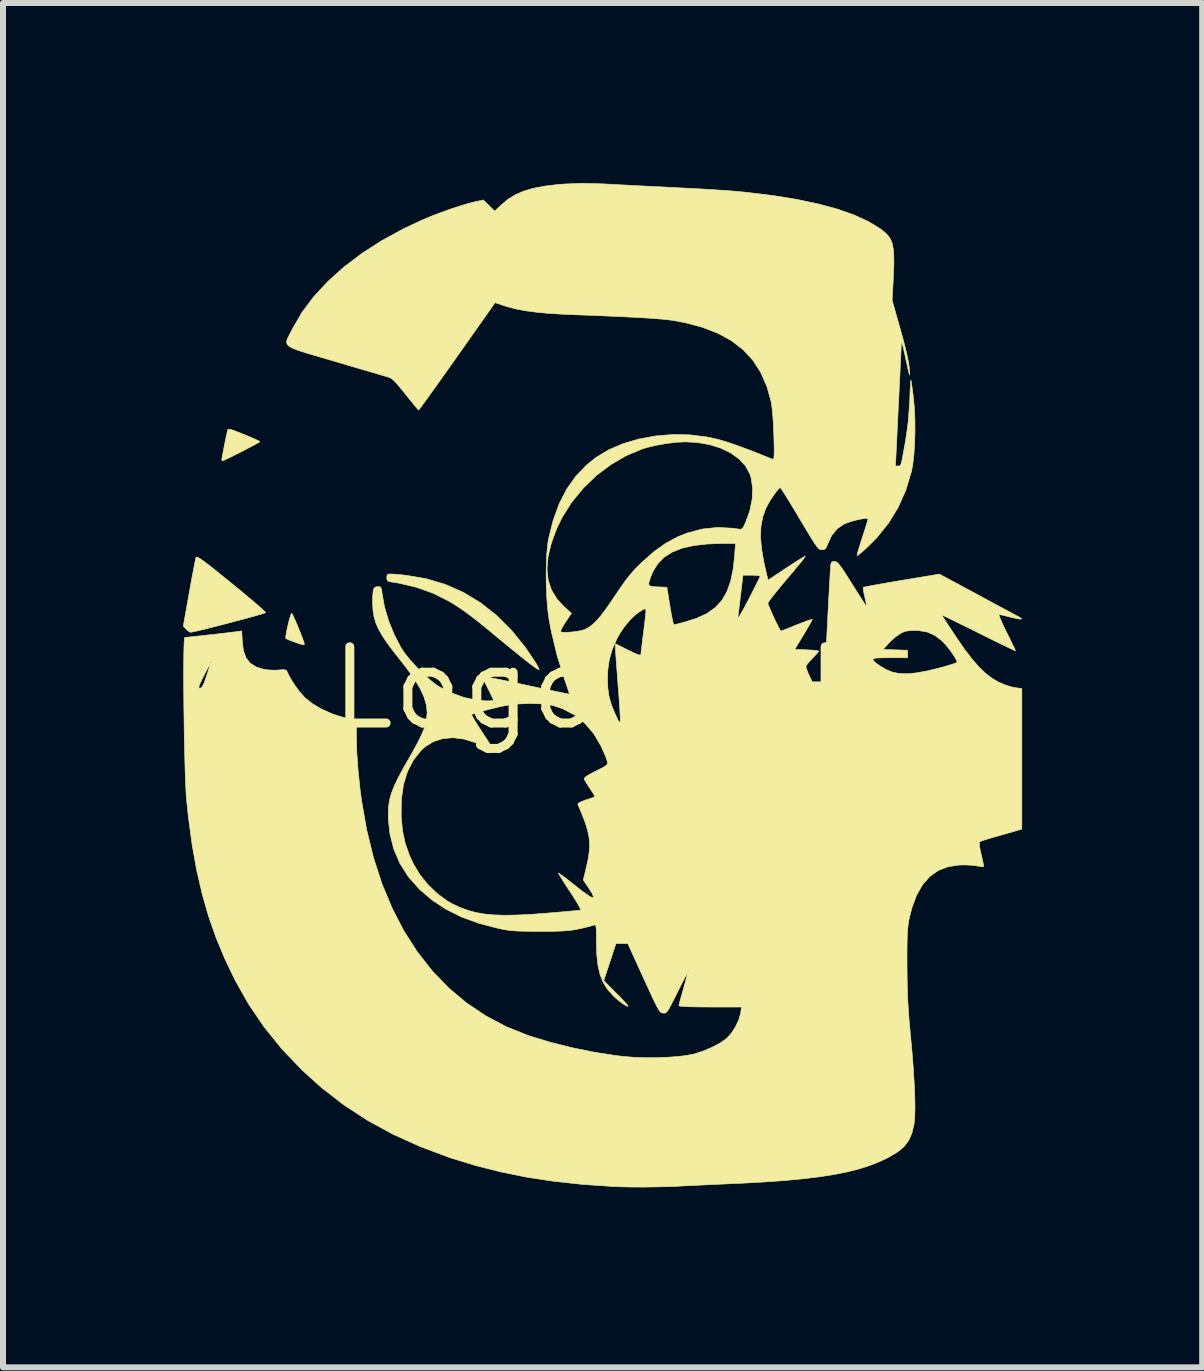
<source format=kicad_pcb>
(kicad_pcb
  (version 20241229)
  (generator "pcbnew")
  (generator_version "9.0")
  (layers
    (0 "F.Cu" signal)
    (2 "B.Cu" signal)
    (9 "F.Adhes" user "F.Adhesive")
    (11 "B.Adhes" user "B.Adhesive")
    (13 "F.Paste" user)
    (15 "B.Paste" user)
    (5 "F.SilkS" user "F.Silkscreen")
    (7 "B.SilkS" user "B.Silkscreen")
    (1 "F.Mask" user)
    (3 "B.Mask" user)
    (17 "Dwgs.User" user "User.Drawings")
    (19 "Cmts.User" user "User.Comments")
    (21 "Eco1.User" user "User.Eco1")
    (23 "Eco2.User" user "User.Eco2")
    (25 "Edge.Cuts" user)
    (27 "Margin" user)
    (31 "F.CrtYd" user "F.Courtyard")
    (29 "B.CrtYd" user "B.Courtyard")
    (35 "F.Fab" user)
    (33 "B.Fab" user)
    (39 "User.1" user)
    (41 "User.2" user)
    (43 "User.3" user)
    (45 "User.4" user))
  (footprint "Logo_Silk"
    (layer "F.Cu")
    (at 6.953 8.42)
    (property "Reference" "Logo_Silk" (at 0 0 0) (layer "F.SilkS") (effects (font (size 1.27 1.27) (thickness 0.15))))
    (attr through_hole)
    (fp_poly (pts (xy -5.129 -1.231) (xy -5.106 -1.182) (xy -5.074 -1.111) (xy -5.039 -1.028) (xy -5.004 -0.942) (xy -4.972 -0.86) (xy -4.947 -0.794) (xy -4.933 -0.75) (xy -4.932 -0.741) (xy -4.934 -0.727) (xy -4.947 -0.723) (xy -4.978 -0.73) (xy -5.035 -0.748) (xy -5.094 -0.769) (xy -5.164 -0.795) (xy -5.216 -0.817) (xy -5.24 -0.83) (xy -5.241 -0.855) (xy -5.233 -0.909) (xy -5.219 -0.981) (xy -5.201 -1.062) (xy -5.182 -1.139) (xy -5.163 -1.202) (xy -5.148 -1.242) (xy -5.142 -1.249) (xy -5.129 -1.231)) (stroke (width 0.01) (type solid)) (fill yes) (layer "F.SilkS"))
    (fp_poly (pts (xy -6.171 -4.316) (xy -6.129 -4.304) (xy -6.062 -4.279) (xy -5.963 -4.239) (xy -5.937 -4.229) (xy -5.84 -4.189) (xy -5.759 -4.154) (xy -5.701 -4.127) (xy -5.674 -4.111) (xy -5.673 -4.109) (xy -5.69 -4.096) (xy -5.738 -4.069) (xy -5.809 -4.031) (xy -5.895 -3.986) (xy -5.988 -3.938) (xy -6.081 -3.891) (xy -6.166 -3.848) (xy -6.236 -3.815) (xy -6.282 -3.794) (xy -6.297 -3.789) (xy -6.308 -3.805) (xy -6.308 -3.808) (xy -6.304 -3.834) (xy -6.293 -3.892) (xy -6.278 -3.97) (xy -6.261 -4.059) (xy -6.243 -4.148) (xy -6.226 -4.227) (xy -6.214 -4.285) (xy -6.213 -4.29) (xy -6.207 -4.308) (xy -6.195 -4.317) (xy -6.171 -4.316)) (stroke (width 0.01) (type solid)) (fill yes) (layer "F.SilkS"))
    (fp_poly (pts (xy -6.702 -2.179) (xy -6.663 -2.156) (xy -6.605 -2.115) (xy -6.526 -2.055) (xy -6.423 -1.974) (xy -6.293 -1.869) (xy -6.145 -1.749) (xy -6.011 -1.64) (xy -5.889 -1.538) (xy -5.781 -1.448) (xy -5.693 -1.371) (xy -5.626 -1.312) (xy -5.586 -1.274) (xy -5.575 -1.26) (xy -5.596 -1.252) (xy -5.651 -1.234) (xy -5.735 -1.21) (xy -5.843 -1.18) (xy -5.967 -1.147) (xy -6.101 -1.111) (xy -6.24 -1.074) (xy -6.377 -1.039) (xy -6.507 -1.006) (xy -6.623 -0.977) (xy -6.718 -0.954) (xy -6.788 -0.939) (xy -6.826 -0.932) (xy -6.828 -0.932) (xy -6.857 -0.946) (xy -6.896 -0.98) (xy -6.9 -0.983) (xy -6.948 -1.035) (xy -6.849 -1.592) (xy -6.822 -1.742) (xy -6.797 -1.879) (xy -6.774 -1.997) (xy -6.756 -2.092) (xy -6.742 -2.156) (xy -6.735 -2.183) (xy -6.725 -2.188) (xy -6.702 -2.179)) (stroke (width 0.01) (type solid)) (fill yes) (layer "F.SilkS"))
    (fp_poly (pts (xy -3.427 -1.901) (xy -3.332 -1.892) (xy -3.234 -1.882) (xy -2.899 -1.825) (xy -2.58 -1.73) (xy -2.278 -1.596) (xy -1.993 -1.423) (xy -1.726 -1.213) (xy -1.477 -0.964) (xy -1.246 -0.679) (xy -1.078 -0.428) (xy -1.044 -0.369) (xy -1.022 -0.325) (xy -1.019 -0.308) (xy -1.038 -0.316) (xy -1.084 -0.345) (xy -1.146 -0.39) (xy -1.189 -0.422) (xy -1.254 -0.473) (xy -1.344 -0.545) (xy -1.451 -0.632) (xy -1.568 -0.728) (xy -1.688 -0.827) (xy -1.728 -0.86) (xy -1.892 -0.996) (xy -2.031 -1.108) (xy -2.15 -1.2) (xy -2.254 -1.278) (xy -2.351 -1.344) (xy -2.445 -1.405) (xy -2.533 -1.457) (xy -2.79 -1.585) (xy -3.071 -1.684) (xy -3.364 -1.753) (xy -3.455 -1.767) (xy -3.516 -1.777) (xy -3.546 -1.792) (xy -3.555 -1.82) (xy -3.556 -1.843) (xy -3.555 -1.871) (xy -3.548 -1.89) (xy -3.528 -1.901) (xy -3.49 -1.904) (xy -3.427 -1.901)) (stroke (width 0.01) (type solid)) (fill yes) (layer "F.SilkS"))
    (fp_poly (pts (xy 0.03 -8.406) (xy 0.064 -8.405) (xy 0.207 -8.397) (xy 0.379 -8.388) (xy 0.562 -8.378) (xy 0.744 -8.369) (xy 0.889 -8.362) (xy 1.178 -8.347) (xy 1.428 -8.334) (xy 1.645 -8.323) (xy 1.832 -8.312) (xy 1.994 -8.301) (xy 2.134 -8.292) (xy 2.257 -8.282) (xy 2.366 -8.272) (xy 2.443 -8.264) (xy 2.882 -8.211) (xy 3.281 -8.146) (xy 3.64 -8.07) (xy 3.958 -7.984) (xy 4.235 -7.886) (xy 4.471 -7.777) (xy 4.667 -7.658) (xy 4.691 -7.64) (xy 4.754 -7.589) (xy 4.804 -7.536) (xy 4.842 -7.477) (xy 4.868 -7.407) (xy 4.885 -7.319) (xy 4.893 -7.208) (xy 4.894 -7.07) (xy 4.888 -6.898) (xy 4.882 -6.773) (xy 4.865 -6.466) (xy 4.943 -6.191) (xy 5.002 -5.982) (xy 5.05 -5.809) (xy 5.087 -5.666) (xy 5.114 -5.55) (xy 5.134 -5.454) (xy 5.147 -5.375) (xy 5.154 -5.307) (xy 5.155 -5.304) (xy 5.158 -5.25) (xy 5.158 -5.224) (xy 5.153 -5.228) (xy 5.143 -5.265) (xy 5.126 -5.338) (xy 5.102 -5.449) (xy 5.101 -5.45) (xy 5.073 -5.581) (xy 5.052 -5.674) (xy 5.037 -5.733) (xy 5.028 -5.761) (xy 5.022 -5.763) (xy 5.019 -5.742) (xy 5.017 -5.704) (xy 5.015 -5.666) (xy 5.012 -5.59) (xy 5.007 -5.481) (xy 5 -5.344) (xy 4.993 -5.184) (xy 4.984 -5.005) (xy 4.975 -4.812) (xy 4.967 -4.662) (xy 4.921 -3.704) (xy 4.966 -3.704) (xy 4.982 -3.704) (xy 4.995 -3.708) (xy 5.006 -3.72) (xy 5.016 -3.745) (xy 5.027 -3.79) (xy 5.041 -3.859) (xy 5.059 -3.957) (xy 5.083 -4.09) (xy 5.093 -4.149) (xy 5.134 -4.445) (xy 5.157 -4.759) (xy 5.159 -4.8) (xy 5.163 -4.915) (xy 5.168 -5.012) (xy 5.172 -5.086) (xy 5.176 -5.129) (xy 5.178 -5.137) (xy 5.183 -5.115) (xy 5.191 -5.059) (xy 5.203 -4.976) (xy 5.216 -4.875) (xy 5.219 -4.846) (xy 5.236 -4.669) (xy 5.245 -4.475) (xy 5.246 -4.273) (xy 5.24 -4.075) (xy 5.228 -3.889) (xy 5.209 -3.727) (xy 5.189 -3.619) (xy 5.096 -3.307) (xy 4.968 -3.017) (xy 4.804 -2.749) (xy 4.603 -2.501) (xy 4.467 -2.365) (xy 4.397 -2.3) (xy 4.338 -2.249) (xy 4.297 -2.218) (xy 4.281 -2.21) (xy 4.284 -2.232) (xy 4.299 -2.288) (xy 4.323 -2.368) (xy 4.354 -2.468) (xy 4.371 -2.519) (xy 4.405 -2.624) (xy 4.433 -2.714) (xy 4.453 -2.782) (xy 4.462 -2.821) (xy 4.462 -2.827) (xy 4.433 -2.831) (xy 4.375 -2.824) (xy 4.299 -2.81) (xy 4.216 -2.789) (xy 4.137 -2.765) (xy 4.073 -2.74) (xy 4.068 -2.738) (xy 3.951 -2.659) (xy 3.858 -2.546) (xy 3.794 -2.409) (xy 3.77 -2.348) (xy 3.746 -2.318) (xy 3.714 -2.308) (xy 3.694 -2.308) (xy 3.674 -2.31) (xy 3.655 -2.317) (xy 3.634 -2.335) (xy 3.607 -2.366) (xy 3.573 -2.415) (xy 3.528 -2.486) (xy 3.469 -2.582) (xy 3.393 -2.708) (xy 3.323 -2.826) (xy 3.244 -2.959) (xy 3.171 -3.08) (xy 3.107 -3.183) (xy 3.056 -3.264) (xy 3.02 -3.319) (xy 3.002 -3.343) (xy 3.001 -3.344) (xy 2.978 -3.327) (xy 2.939 -3.283) (xy 2.893 -3.219) (xy 2.843 -3.145) (xy 2.798 -3.069) (xy 2.762 -3) (xy 2.76 -2.997) (xy 2.708 -2.852) (xy 2.679 -2.695) (xy 2.672 -2.52) (xy 2.689 -2.322) (xy 2.729 -2.095) (xy 2.751 -1.996) (xy 2.797 -1.801) (xy 3.103 -2.005) (xy 3.202 -2.07) (xy 3.29 -2.126) (xy 3.359 -2.168) (xy 3.403 -2.193) (xy 3.418 -2.199) (xy 3.407 -2.181) (xy 3.373 -2.135) (xy 3.318 -2.067) (xy 3.247 -1.981) (xy 3.163 -1.881) (xy 3.111 -1.82) (xy 3.02 -1.712) (xy 2.94 -1.614) (xy 2.873 -1.531) (xy 2.825 -1.466) (xy 2.798 -1.426) (xy 2.794 -1.416) (xy 2.802 -1.388) (xy 2.825 -1.333) (xy 2.857 -1.26) (xy 2.894 -1.179) (xy 2.932 -1.099) (xy 2.967 -1.028) (xy 2.995 -0.976) (xy 3.011 -0.953) (xy 3.012 -0.953) (xy 3.033 -0.96) (xy 3.086 -0.98) (xy 3.163 -1.011) (xy 3.257 -1.049) (xy 3.277 -1.057) (xy 3.372 -1.094) (xy 3.452 -1.124) (xy 3.508 -1.142) (xy 3.534 -1.148) (xy 3.535 -1.147) (xy 3.524 -1.124) (xy 3.496 -1.073) (xy 3.454 -0.999) (xy 3.402 -0.911) (xy 3.388 -0.889) (xy 3.242 -0.646) (xy 3.441 -0.64) (xy 3.527 -0.635) (xy 3.595 -0.629) (xy 3.634 -0.622) (xy 3.641 -0.618) (xy 3.627 -0.596) (xy 3.59 -0.554) (xy 3.538 -0.5) (xy 3.535 -0.497) (xy 3.482 -0.441) (xy 3.444 -0.392) (xy 3.429 -0.361) (xy 3.429 -0.361) (xy 3.438 -0.324) (xy 3.46 -0.265) (xy 3.481 -0.217) (xy 3.533 -0.106) (xy 3.64 -0.106) (xy 3.703 -0.107) (xy 3.734 -0.115) (xy 3.745 -0.138) (xy 3.746 -0.175) (xy 3.747 -0.219) (xy 3.75 -0.298) (xy 3.755 -0.407) (xy 3.758 -0.477) (xy 4.544 -0.477) (xy 4.561 -0.45) (xy 4.608 -0.411) (xy 4.668 -0.369) (xy 4.769 -0.309) (xy 4.873 -0.267) (xy 4.987 -0.245) (xy 5.115 -0.241) (xy 5.265 -0.255) (xy 5.442 -0.287) (xy 5.627 -0.331) (xy 5.737 -0.36) (xy 5.83 -0.388) (xy 5.901 -0.411) (xy 5.941 -0.429) (xy 5.948 -0.436) (xy 5.935 -0.473) (xy 5.901 -0.532) (xy 5.852 -0.604) (xy 5.796 -0.678) (xy 5.74 -0.745) (xy 5.695 -0.791) (xy 5.575 -0.882) (xy 5.452 -0.936) (xy 5.314 -0.96) (xy 5.249 -0.963) (xy 5.159 -0.96) (xy 5.093 -0.951) (xy 5.037 -0.93) (xy 4.992 -0.905) (xy 4.922 -0.855) (xy 4.847 -0.79) (xy 4.805 -0.746) (xy 4.716 -0.646) (xy 5.122 -0.633) (xy 5.122 -0.508) (xy 4.827 -0.508) (xy 4.699 -0.507) (xy 4.61 -0.503) (xy 4.56 -0.494) (xy 4.544 -0.477) (xy 3.758 -0.477) (xy 3.761 -0.54) (xy 3.768 -0.692) (xy 3.776 -0.857) (xy 3.785 -1.03) (xy 3.794 -1.206) (xy 3.803 -1.38) (xy 3.812 -1.545) (xy 3.82 -1.697) (xy 3.828 -1.83) (xy 3.834 -1.939) (xy 3.84 -2.019) (xy 3.843 -2.064) (xy 3.844 -2.07) (xy 3.861 -2.106) (xy 3.899 -2.114) (xy 3.911 -2.113) (xy 3.933 -2.106) (xy 3.958 -2.088) (xy 3.989 -2.054) (xy 4.029 -1.999) (xy 4.082 -1.92) (xy 4.151 -1.812) (xy 4.201 -1.732) (xy 4.271 -1.621) (xy 4.333 -1.523) (xy 4.384 -1.445) (xy 4.42 -1.39) (xy 4.439 -1.365) (xy 4.44 -1.364) (xy 4.438 -1.386) (xy 4.428 -1.438) (xy 4.412 -1.51) (xy 4.41 -1.52) (xy 4.393 -1.595) (xy 4.384 -1.652) (xy 4.383 -1.68) (xy 4.384 -1.681) (xy 4.406 -1.687) (xy 4.465 -1.699) (xy 4.556 -1.716) (xy 4.673 -1.737) (xy 4.81 -1.761) (xy 4.964 -1.787) (xy 5.023 -1.797) (xy 5.653 -1.902) (xy 6.293 -1.558) (xy 6.445 -1.475) (xy 6.588 -1.398) (xy 6.716 -1.33) (xy 6.824 -1.272) (xy 6.908 -1.226) (xy 6.962 -1.197) (xy 6.982 -1.187) (xy 7.019 -1.163) (xy 7.017 -1.152) (xy 6.977 -1.154) (xy 6.901 -1.17) (xy 6.841 -1.184) (xy 6.76 -1.204) (xy 6.693 -1.22) (xy 6.653 -1.227) (xy 6.648 -1.228) (xy 6.649 -1.21) (xy 6.667 -1.161) (xy 6.699 -1.087) (xy 6.742 -0.995) (xy 6.773 -0.932) (xy 6.824 -0.83) (xy 6.867 -0.741) (xy 6.9 -0.674) (xy 6.918 -0.633) (xy 6.921 -0.625) (xy 6.903 -0.631) (xy 6.852 -0.654) (xy 6.771 -0.693) (xy 6.666 -0.743) (xy 6.541 -0.805) (xy 6.401 -0.874) (xy 6.308 -0.921) (xy 6.16 -0.995) (xy 6.024 -1.061) (xy 5.907 -1.119) (xy 5.81 -1.166) (xy 5.74 -1.199) (xy 5.701 -1.217) (xy 5.694 -1.219) (xy 5.705 -1.199) (xy 5.736 -1.15) (xy 5.784 -1.076) (xy 5.845 -0.984) (xy 5.915 -0.878) (xy 5.931 -0.854) (xy 6.07 -0.652) (xy 6.198 -0.485) (xy 6.316 -0.35) (xy 6.43 -0.242) (xy 6.542 -0.158) (xy 6.641 -0.101) (xy 6.74 -0.058) (xy 6.84 -0.025) (xy 6.911 -0.01) (xy 7.027 0.005) (xy 7.027 2.348) (xy 6.884 2.39) (xy 6.797 2.415) (xy 6.688 2.446) (xy 6.576 2.478) (xy 6.54 2.488) (xy 6.453 2.514) (xy 6.38 2.537) (xy 6.333 2.555) (xy 6.321 2.562) (xy 6.317 2.589) (xy 6.324 2.649) (xy 6.34 2.73) (xy 6.35 2.772) (xy 6.37 2.857) (xy 6.384 2.924) (xy 6.39 2.965) (xy 6.39 2.973) (xy 6.366 2.974) (xy 6.314 2.967) (xy 6.265 2.959) (xy 6.184 2.95) (xy 6.083 2.945) (xy 5.983 2.947) (xy 5.98 2.947) (xy 5.796 2.975) (xy 5.634 3.038) (xy 5.493 3.137) (xy 5.374 3.273) (xy 5.275 3.445) (xy 5.197 3.654) (xy 5.158 3.802) (xy 5.144 3.869) (xy 5.134 3.931) (xy 5.126 3.997) (xy 5.12 4.072) (xy 5.116 4.162) (xy 5.114 4.276) (xy 5.113 4.418) (xy 5.113 4.596) (xy 5.113 4.604) (xy 5.115 4.827) (xy 5.119 5.022) (xy 5.126 5.203) (xy 5.137 5.384) (xy 5.152 5.579) (xy 5.171 5.779) (xy 5.198 6.076) (xy 5.219 6.349) (xy 5.234 6.595) (xy 5.243 6.812) (xy 5.246 6.996) (xy 5.242 7.144) (xy 5.232 7.254) (xy 5.23 7.268) (xy 5.194 7.418) (xy 5.14 7.54) (xy 5.061 7.642) (xy 4.952 7.732) (xy 4.806 7.818) (xy 4.806 7.819) (xy 4.655 7.89) (xy 4.493 7.954) (xy 4.316 8.011) (xy 4.119 8.061) (xy 3.902 8.104) (xy 3.659 8.142) (xy 3.388 8.175) (xy 3.086 8.204) (xy 2.749 8.228) (xy 2.374 8.249) (xy 2.212 8.256) (xy 2.04 8.264) (xy 1.857 8.272) (xy 1.673 8.281) (xy 1.503 8.289) (xy 1.359 8.296) (xy 1.333 8.298) (xy 1.141 8.306) (xy 0.932 8.311) (xy 0.719 8.314) (xy 0.514 8.313) (xy 0.329 8.309) (xy 0.212 8.304) (xy -0.298 8.269) (xy -0.774 8.217) (xy -1.224 8.149) (xy -1.654 8.062) (xy -2.071 7.957) (xy -2.483 7.831) (xy -2.51 7.822) (xy -2.997 7.64) (xy -3.451 7.435) (xy -3.875 7.204) (xy -4.272 6.945) (xy -4.645 6.656) (xy -4.972 6.361) (xy -5.306 6.011) (xy -5.602 5.644) (xy -5.865 5.257) (xy -6.089 4.858) (xy -6.256 4.509) (xy -6.402 4.158) (xy -6.528 3.798) (xy -6.635 3.424) (xy -6.726 3.029) (xy -6.801 2.609) (xy -6.862 2.156) (xy -6.892 1.873) (xy -6.899 1.785) (xy -6.906 1.666) (xy -6.912 1.521) (xy -6.918 1.355) (xy -6.923 1.172) (xy -6.928 0.976) (xy -6.932 0.771) (xy -6.935 0.561) (xy -6.938 0.351) (xy -6.94 0.145) (xy -6.941 -0.019) (xy -6.689 -0.019) (xy -6.685 -0.003) (xy -6.669 0) (xy -6.647 -0.008) (xy -6.625 -0.038) (xy -6.599 -0.094) (xy -6.567 -0.185) (xy -6.564 -0.194) (xy -6.537 -0.278) (xy -6.516 -0.345) (xy -6.505 -0.386) (xy -6.505 -0.395) (xy -6.516 -0.379) (xy -6.541 -0.334) (xy -6.577 -0.265) (xy -6.61 -0.2) (xy -6.654 -0.111) (xy -6.679 -0.053) (xy -6.689 -0.019) (xy -6.941 -0.019) (xy -6.941 -0.052) (xy -6.942 -0.237) (xy -6.941 -0.406) (xy -6.941 -0.434) (xy -6.498 -0.434) (xy -6.488 -0.423) (xy -6.477 -0.434) (xy -6.488 -0.445) (xy -6.498 -0.434) (xy -6.941 -0.434) (xy -6.94 -0.553) (xy -6.937 -0.675) (xy -6.934 -0.767) (xy -6.929 -0.826) (xy -6.924 -0.847) (xy -6.924 -0.847) (xy -6.895 -0.849) (xy -6.833 -0.855) (xy -6.744 -0.865) (xy -6.637 -0.876) (xy -6.52 -0.889) (xy -6.4 -0.902) (xy -6.286 -0.915) (xy -6.186 -0.927) (xy -6.107 -0.937) (xy -6.062 -0.942) (xy -5.974 -0.954) (xy -5.965 -0.778) (xy -5.946 -0.626) (xy -5.903 -0.507) (xy -5.833 -0.418) (xy -5.735 -0.355) (xy -5.61 -0.316) (xy -5.521 -0.304) (xy -5.42 -0.3) (xy -5.364 -0.303) (xy -5.292 -0.309) (xy -5.25 -0.307) (xy -5.227 -0.293) (xy -5.211 -0.264) (xy -5.206 -0.251) (xy -5.159 -0.159) (xy -5.091 -0.052) (xy -5.014 0.053) (xy -4.936 0.142) (xy -4.919 0.16) (xy -4.796 0.258) (xy -4.641 0.349) (xy -4.463 0.428) (xy -4.273 0.489) (xy -4.143 0.519) (xy -4.064 0.534) (xy -4.064 0.784) (xy -4.057 1.064) (xy -4.035 1.372) (xy -4.001 1.697) (xy -3.977 1.873) (xy -3.891 2.365) (xy -3.777 2.829) (xy -3.635 3.265) (xy -3.465 3.672) (xy -3.269 4.049) (xy -3.047 4.396) (xy -2.799 4.711) (xy -2.527 4.994) (xy -2.229 5.244) (xy -1.908 5.46) (xy -1.564 5.642) (xy -1.197 5.789) (xy -1.175 5.796) (xy -0.83 5.901) (xy -0.465 5.992) (xy -0.094 6.067) (xy 0.266 6.123) (xy 0.411 6.139) (xy 0.577 6.152) (xy 0.757 6.157) (xy 0.944 6.157) (xy 1.126 6.15) (xy 1.295 6.138) (xy 1.441 6.12) (xy 1.555 6.098) (xy 1.556 6.098) (xy 1.714 6.048) (xy 1.865 5.984) (xy 1.999 5.913) (xy 2.104 5.839) (xy 2.108 5.836) (xy 2.185 5.751) (xy 2.255 5.642) (xy 2.31 5.525) (xy 2.341 5.417) (xy 2.342 5.41) (xy 2.355 5.313) (xy 1.834 5.313) (xy 1.648 5.312) (xy 1.504 5.309) (xy 1.401 5.305) (xy 1.337 5.299) (xy 1.313 5.292) (xy 1.312 5.29) (xy 1.318 5.262) (xy 1.333 5.202) (xy 1.356 5.119) (xy 1.384 5.021) (xy 1.386 5.011) (xy 1.414 4.914) (xy 1.435 4.833) (xy 1.45 4.775) (xy 1.454 4.75) (xy 1.454 4.749) (xy 1.443 4.765) (xy 1.417 4.813) (xy 1.378 4.887) (xy 1.33 4.982) (xy 1.28 5.082) (xy 1.219 5.203) (xy 1.174 5.29) (xy 1.141 5.351) (xy 1.115 5.388) (xy 1.095 5.408) (xy 1.075 5.415) (xy 1.052 5.415) (xy 1.049 5.414) (xy 1.03 5.411) (xy 1.013 5.403) (xy 0.994 5.385) (xy 0.972 5.353) (xy 0.945 5.305) (xy 0.909 5.234) (xy 0.863 5.138) (xy 0.805 5.011) (xy 0.732 4.851) (xy 0.723 4.831) (xy 0.667 4.71) (xy 1.46 4.71) (xy 1.471 4.72) (xy 1.482 4.71) (xy 1.471 4.699) (xy 1.46 4.71) (xy 0.667 4.71) (xy 0.46 4.255) (xy 0.263 4.255) (xy 0.059 4.873) (xy 0.262 5.078) (xy 0.337 5.153) (xy 0.399 5.219) (xy 0.443 5.267) (xy 0.465 5.294) (xy 0.466 5.297) (xy 0.451 5.3) (xy 0.413 5.281) (xy 0.359 5.245) (xy 0.297 5.197) (xy 0.235 5.143) (xy 0.209 5.117) (xy 0.118 5.013) (xy 0.048 4.9) (xy -0.003 4.771) (xy -0.037 4.621) (xy -0.057 4.442) (xy -0.063 4.229) (xy -0.063 4.226) (xy -0.064 4.109) (xy -0.065 4.029) (xy -0.069 3.979) (xy -0.076 3.953) (xy -0.086 3.944) (xy -0.101 3.947) (xy -0.137 3.958) (xy -0.203 3.975) (xy -0.288 3.996) (xy -0.339 4.007) (xy -0.414 4.023) (xy -0.487 4.034) (xy -0.566 4.042) (xy -0.659 4.048) (xy -0.774 4.051) (xy -0.919 4.052) (xy -1.005 4.052) (xy -1.167 4.051) (xy -1.295 4.049) (xy -1.398 4.046) (xy -1.483 4.039) (xy -1.56 4.029) (xy -1.636 4.016) (xy -1.693 4.004) (xy -2.019 3.919) (xy -2.31 3.813) (xy -2.571 3.683) (xy -2.804 3.529) (xy -3.015 3.348) (xy -3.021 3.341) (xy -3.199 3.139) (xy -3.338 2.92) (xy -3.44 2.683) (xy -3.504 2.427) (xy -3.528 2.212) (xy -3.531 2.126) (xy -3.317 2.126) (xy -3.317 2.138) (xy -3.295 2.37) (xy -3.251 2.58) (xy -3.18 2.783) (xy -3.117 2.921) (xy -3.01 3.1) (xy -2.873 3.271) (xy -2.716 3.423) (xy -2.548 3.546) (xy -2.466 3.593) (xy -2.339 3.652) (xy -2.211 3.7) (xy -2.077 3.737) (xy -1.932 3.763) (xy -1.77 3.778) (xy -1.588 3.784) (xy -1.379 3.78) (xy -1.139 3.768) (xy -0.862 3.747) (xy -0.855 3.746) (xy -0.713 3.734) (xy -0.583 3.723) (xy -0.474 3.713) (xy -0.39 3.705) (xy -0.339 3.7) (xy -0.325 3.699) (xy -0.328 3.68) (xy -0.352 3.633) (xy -0.393 3.562) (xy -0.448 3.474) (xy -0.502 3.391) (xy -0.568 3.292) (xy -0.623 3.205) (xy -0.665 3.137) (xy -0.691 3.094) (xy -0.696 3.081) (xy -0.678 3.091) (xy -0.632 3.123) (xy -0.565 3.173) (xy -0.483 3.238) (xy -0.426 3.283) (xy -0.305 3.377) (xy -0.214 3.443) (xy -0.153 3.481) (xy -0.119 3.491) (xy -0.113 3.472) (xy -0.132 3.426) (xy -0.177 3.353) (xy -0.183 3.344) (xy -0.282 3.196) (xy -0.237 3.011) (xy -0.203 2.858) (xy -0.183 2.726) (xy -0.176 2.606) (xy -0.185 2.49) (xy -0.21 2.368) (xy -0.252 2.233) (xy -0.313 2.076) (xy -0.373 1.934) (xy -0.36 1.914) (xy -0.311 1.889) (xy -0.24 1.862) (xy -0.168 1.838) (xy -0.114 1.819) (xy -0.089 1.809) (xy -0.088 1.809) (xy -0.096 1.789) (xy -0.122 1.745) (xy -0.162 1.684) (xy -0.168 1.674) (xy -0.212 1.607) (xy -0.248 1.55) (xy -0.267 1.516) (xy -0.267 1.515) (xy -0.261 1.494) (xy -0.227 1.465) (xy -0.161 1.426) (xy -0.075 1.382) (xy 0.015 1.337) (xy 0.074 1.305) (xy 0.106 1.281) (xy 0.12 1.259) (xy 0.12 1.235) (xy 0.117 1.217) (xy 0.103 1.171) (xy 0.074 1.099) (xy 0.035 1.012) (xy 0.009 0.956) (xy -0.111 0.753) (xy -0.258 0.582) (xy -0.43 0.445) (xy -0.625 0.342) (xy -0.793 0.286) (xy -0.9 0.268) (xy -1.036 0.257) (xy -1.188 0.255) (xy -1.343 0.261) (xy -1.49 0.275) (xy -1.569 0.287) (xy -1.653 0.304) (xy -1.751 0.327) (xy -1.855 0.353) (xy -1.956 0.379) (xy -2.044 0.404) (xy -2.109 0.424) (xy -2.142 0.437) (xy -2.136 0.457) (xy -2.11 0.505) (xy -2.067 0.577) (xy -2.011 0.665) (xy -1.967 0.732) (xy -1.902 0.831) (xy -1.844 0.919) (xy -1.799 0.989) (xy -1.771 1.036) (xy -1.764 1.05) (xy -1.773 1.057) (xy -1.813 1.042) (xy -1.878 1.007) (xy -2.075 0.909) (xy -2.267 0.848) (xy -2.45 0.825) (xy -2.622 0.839) (xy -2.78 0.89) (xy -2.921 0.978) (xy -2.985 1.036) (xy -3.114 1.199) (xy -3.212 1.389) (xy -3.279 1.608) (xy -3.314 1.853) (xy -3.317 2.126) (xy -3.531 2.126) (xy -3.532 2.086) (xy -3.527 1.972) (xy -3.511 1.864) (xy -3.481 1.755) (xy -3.435 1.636) (xy -3.372 1.502) (xy -3.288 1.345) (xy -3.213 1.214) (xy -3.124 1.058) (xy -3.055 0.931) (xy -3.002 0.828) (xy -2.962 0.742) (xy -2.933 0.667) (xy -2.912 0.596) (xy -2.897 0.534) (xy -2.884 0.408) (xy -2.897 0.28) (xy -2.937 0.143) (xy -3.006 -0.004) (xy -3.105 -0.167) (xy -3.237 -0.349) (xy -3.303 -0.433) (xy -3.438 -0.604) (xy -3.547 -0.749) (xy -3.631 -0.875) (xy -3.695 -0.987) (xy -3.74 -1.09) (xy -3.769 -1.19) (xy -3.786 -1.293) (xy -3.792 -1.404) (xy -3.793 -1.432) (xy -3.791 -1.542) (xy -3.784 -1.617) (xy -3.771 -1.663) (xy -3.747 -1.686) (xy -3.712 -1.693) (xy -3.706 -1.693) (xy -3.672 -1.691) (xy -3.653 -1.675) (xy -3.642 -1.638) (xy -3.634 -1.572) (xy -3.595 -1.355) (xy -3.527 -1.125) (xy -3.432 -0.892) (xy -3.317 -0.67) (xy -3.253 -0.577) (xy -3.165 -0.468) (xy -3.061 -0.354) (xy -2.951 -0.243) (xy -2.841 -0.143) (xy -2.741 -0.063) (xy -2.683 -0.024) (xy -2.48 0.078) (xy -2.269 0.154) (xy -2.061 0.199) (xy -1.9 0.211) (xy -1.834 0.21) (xy -1.79 0.205) (xy -1.778 0.201) (xy -1.787 0.178) (xy -1.811 0.127) (xy -1.846 0.054) (xy -1.875 -0.003) (xy -1.914 -0.083) (xy -1.945 -0.149) (xy -1.962 -0.19) (xy -1.965 -0.201) (xy -1.943 -0.198) (xy -1.885 -0.187) (xy -1.795 -0.169) (xy -1.678 -0.145) (xy -1.538 -0.116) (xy -1.381 -0.083) (xy -1.238 -0.052) (xy -1.07 -0.016) (xy -0.916 0.016) (xy -0.78 0.045) (xy -0.667 0.068) (xy -0.582 0.086) (xy -0.529 0.096) (xy -0.514 0.098) (xy -0.519 0.077) (xy -0.535 0.025) (xy -0.561 -0.052) (xy -0.593 -0.145) (xy -0.595 -0.149) (xy -0.601 -0.169) (xy 0.121 -0.169) (xy 0.127 -0.004) (xy 0.147 0.138) (xy 0.186 0.275) (xy 0.247 0.425) (xy 0.251 0.433) (xy 0.288 0.512) (xy 0.312 0.556) (xy 0.327 0.568) (xy 0.334 0.553) (xy 0.335 0.547) (xy 0.335 0.511) (xy 0.332 0.44) (xy 0.326 0.339) (xy 0.318 0.215) (xy 0.308 0.073) (xy 0.297 -0.059) (xy 0.286 -0.211) (xy 0.275 -0.352) (xy 0.266 -0.475) (xy 0.259 -0.575) (xy 0.255 -0.645) (xy 0.254 -0.675) (xy 0.254 -0.741) (xy 0.466 -0.635) (xy 0.559 -0.59) (xy 0.628 -0.562) (xy 0.669 -0.551) (xy 0.677 -0.555) (xy 0.68 -0.585) (xy 0.687 -0.648) (xy 0.698 -0.738) (xy 0.711 -0.846) (xy 0.72 -0.91) (xy 0.734 -1.027) (xy 0.747 -1.132) (xy 0.756 -1.216) (xy 0.761 -1.272) (xy 0.762 -1.286) (xy 0.76 -1.317) (xy 0.746 -1.323) (xy 0.709 -1.307) (xy 0.693 -1.299) (xy 0.601 -1.236) (xy 0.503 -1.144) (xy 0.408 -1.031) (xy 0.324 -0.908) (xy 0.279 -0.826) (xy 0.201 -0.647) (xy 0.152 -0.479) (xy 0.127 -0.306) (xy 0.121 -0.169) (xy -0.601 -0.169) (xy -0.716 -0.537) (xy -0.814 -0.943) (xy -0.852 -1.142) (xy -0.873 -1.298) (xy -0.888 -1.478) (xy -0.898 -1.674) (xy -0.901 -1.873) (xy -0.899 -1.993) (xy -0.886 -1.993) (xy -0.868 -1.806) (xy -0.812 -1.637) (xy -0.719 -1.485) (xy -0.606 -1.363) (xy -0.48 -1.249) (xy -0.577 -1.103) (xy -0.62 -1.035) (xy -0.65 -0.979) (xy -0.661 -0.947) (xy -0.66 -0.942) (xy -0.628 -0.933) (xy -0.567 -0.931) (xy -0.488 -0.936) (xy -0.403 -0.945) (xy -0.324 -0.959) (xy -0.264 -0.976) (xy -0.251 -0.981) (xy -0.184 -1.019) (xy -0.119 -1.068) (xy -0.052 -1.134) (xy 0.021 -1.22) (xy 0.104 -1.332) (xy 0.202 -1.474) (xy 0.24 -1.531) (xy 0.333 -1.668) (xy 0.38 -1.735) (xy 0.807 -1.735) (xy 0.822 -1.707) (xy 0.866 -1.695) (xy 0.944 -1.689) (xy 0.957 -1.689) (xy 1.111 -1.683) (xy 1.162 -1.371) (xy 1.18 -1.262) (xy 1.198 -1.169) (xy 1.213 -1.101) (xy 1.223 -1.063) (xy 1.227 -1.058) (xy 1.253 -1.063) (xy 1.308 -1.077) (xy 1.384 -1.096) (xy 1.406 -1.102) (xy 1.609 -1.166) (xy 1.628 -1.175) (xy 2.294 -1.175) (xy 2.3 -1.173) (xy 2.322 -1.204) (xy 2.358 -1.265) (xy 2.405 -1.35) (xy 2.46 -1.454) (xy 2.475 -1.482) (xy 2.533 -1.596) (xy 2.584 -1.698) (xy 2.626 -1.781) (xy 2.654 -1.839) (xy 2.666 -1.867) (xy 2.666 -1.868) (xy 2.647 -1.876) (xy 2.597 -1.882) (xy 2.526 -1.884) (xy 2.523 -1.884) (xy 2.379 -1.884) (xy 2.341 -1.561) (xy 2.327 -1.444) (xy 2.314 -1.336) (xy 2.303 -1.249) (xy 2.296 -1.19) (xy 2.294 -1.175) (xy 1.628 -1.175) (xy 1.779 -1.245) (xy 1.917 -1.344) (xy 2.028 -1.464) (xy 2.113 -1.611) (xy 2.175 -1.787) (xy 2.218 -1.995) (xy 2.24 -2.203) (xy 2.255 -2.413) (xy 2.054 -2.413) (xy 1.788 -2.404) (xy 1.559 -2.378) (xy 1.364 -2.334) (xy 1.201 -2.269) (xy 1.068 -2.185) (xy 0.962 -2.078) (xy 0.881 -1.949) (xy 0.847 -1.87) (xy 0.818 -1.787) (xy 0.807 -1.735) (xy 0.38 -1.735) (xy 0.41 -1.778) (xy 0.479 -1.868) (xy 0.547 -1.948) (xy 0.62 -2.025) (xy 0.704 -2.107) (xy 0.901 -2.28) (xy 1.094 -2.417) (xy 1.29 -2.522) (xy 1.446 -2.585) (xy 1.702 -2.653) (xy 1.957 -2.68) (xy 2.217 -2.666) (xy 2.301 -2.653) (xy 2.339 -2.649) (xy 2.365 -2.658) (xy 2.388 -2.688) (xy 2.416 -2.748) (xy 2.423 -2.763) (xy 2.494 -2.959) (xy 2.533 -3.153) (xy 2.54 -3.338) (xy 2.515 -3.507) (xy 2.495 -3.57) (xy 2.423 -3.703) (xy 2.315 -3.82) (xy 2.176 -3.921) (xy 2.009 -4.002) (xy 1.82 -4.061) (xy 1.611 -4.096) (xy 1.421 -4.106) (xy 1.27 -4.099) (xy 1.099 -4.078) (xy 0.927 -4.047) (xy 0.769 -4.009) (xy 0.708 -3.99) (xy 0.437 -3.878) (xy 0.179 -3.728) (xy -0.063 -3.546) (xy -0.282 -3.335) (xy -0.474 -3.101) (xy -0.634 -2.848) (xy -0.722 -2.668) (xy -0.813 -2.423) (xy -0.868 -2.198) (xy -0.886 -1.993) (xy -0.899 -1.993) (xy -0.898 -2.068) (xy -0.89 -2.247) (xy -0.875 -2.402) (xy -0.861 -2.487) (xy -0.784 -2.797) (xy -0.684 -3.073) (xy -0.559 -3.317) (xy -0.408 -3.531) (xy -0.23 -3.717) (xy -0.071 -3.845) (xy 0.141 -3.973) (xy 0.381 -4.076) (xy 0.644 -4.153) (xy 0.921 -4.204) (xy 1.207 -4.228) (xy 1.494 -4.223) (xy 1.777 -4.188) (xy 1.955 -4.149) (xy 2.051 -4.122) (xy 2.159 -4.088) (xy 2.283 -4.045) (xy 2.43 -3.991) (xy 2.604 -3.924) (xy 2.809 -3.842) (xy 2.877 -3.815) (xy 2.887 -3.816) (xy 2.894 -3.833) (xy 2.898 -3.87) (xy 2.9 -3.933) (xy 2.899 -4.026) (xy 2.896 -4.154) (xy 2.894 -4.214) (xy 2.888 -4.369) (xy 2.879 -4.514) (xy 2.868 -4.639) (xy 2.856 -4.736) (xy 2.849 -4.776) (xy 2.777 -5.033) (xy 2.676 -5.262) (xy 2.546 -5.464) (xy 2.385 -5.639) (xy 2.193 -5.789) (xy 1.967 -5.913) (xy 1.709 -6.014) (xy 1.415 -6.092) (xy 1.228 -6.127) (xy 1.145 -6.139) (xy 1.043 -6.15) (xy 0.917 -6.16) (xy 0.765 -6.171) (xy 0.584 -6.181) (xy 0.371 -6.192) (xy 0.124 -6.203) (xy -0.161 -6.215) (xy -0.392 -6.223) (xy -0.654 -6.235) (xy -0.88 -6.249) (xy -1.074 -6.268) (xy -1.242 -6.29) (xy -1.39 -6.318) (xy -1.522 -6.351) (xy -1.607 -6.377) (xy -1.752 -6.426) (xy -2.383 -5.531) (xy -2.505 -5.358) (xy -2.62 -5.197) (xy -2.725 -5.049) (xy -2.818 -4.92) (xy -2.896 -4.81) (xy -2.959 -4.725) (xy -3.002 -4.667) (xy -3.024 -4.639) (xy -3.026 -4.637) (xy -3.042 -4.653) (xy -3.08 -4.696) (xy -3.134 -4.762) (xy -3.201 -4.845) (xy -3.245 -4.901) (xy -3.329 -5.004) (xy -3.392 -5.079) (xy -3.441 -5.13) (xy -3.48 -5.162) (xy -3.515 -5.18) (xy -3.531 -5.185) (xy -3.568 -5.196) (xy -3.641 -5.217) (xy -3.745 -5.248) (xy -3.875 -5.286) (xy -4.026 -5.33) (xy -4.193 -5.379) (xy -4.372 -5.432) (xy -4.424 -5.448) (xy -4.634 -5.509) (xy -4.806 -5.56) (xy -4.944 -5.601) (xy -5.052 -5.637) (xy -5.13 -5.668) (xy -5.184 -5.698) (xy -5.215 -5.728) (xy -5.226 -5.761) (xy -5.222 -5.8) (xy -5.203 -5.846) (xy -5.174 -5.902) (xy -5.138 -5.971) (xy -5.123 -6.001) (xy -4.967 -6.268) (xy -4.772 -6.528) (xy -4.539 -6.779) (xy -4.271 -7.02) (xy -3.971 -7.247) (xy -3.64 -7.46) (xy -3.281 -7.656) (xy -2.974 -7.8) (xy -2.821 -7.864) (xy -2.655 -7.928) (xy -2.488 -7.988) (xy -2.328 -8.04) (xy -2.187 -8.082) (xy -2.075 -8.11) (xy -1.947 -8.137) (xy -1.853 -8.044) (xy -1.758 -7.951) (xy -1.645 -8.058) (xy -1.535 -8.15) (xy -1.413 -8.225) (xy -1.275 -8.285) (xy -1.115 -8.332) (xy -0.926 -8.368) (xy -0.704 -8.395) (xy -0.597 -8.403) (xy -0.302 -8.415) (xy 0.03 -8.406)) (stroke (width 0.01) (type solid)) (fill yes) (layer "F.SilkS")))
  (gr_rect
    (start -3 -3)
    (end 16.986 19.738)
    (stroke (width 0.1) (type default))
    (fill no)
    (layer "Edge.Cuts")))
</source>
